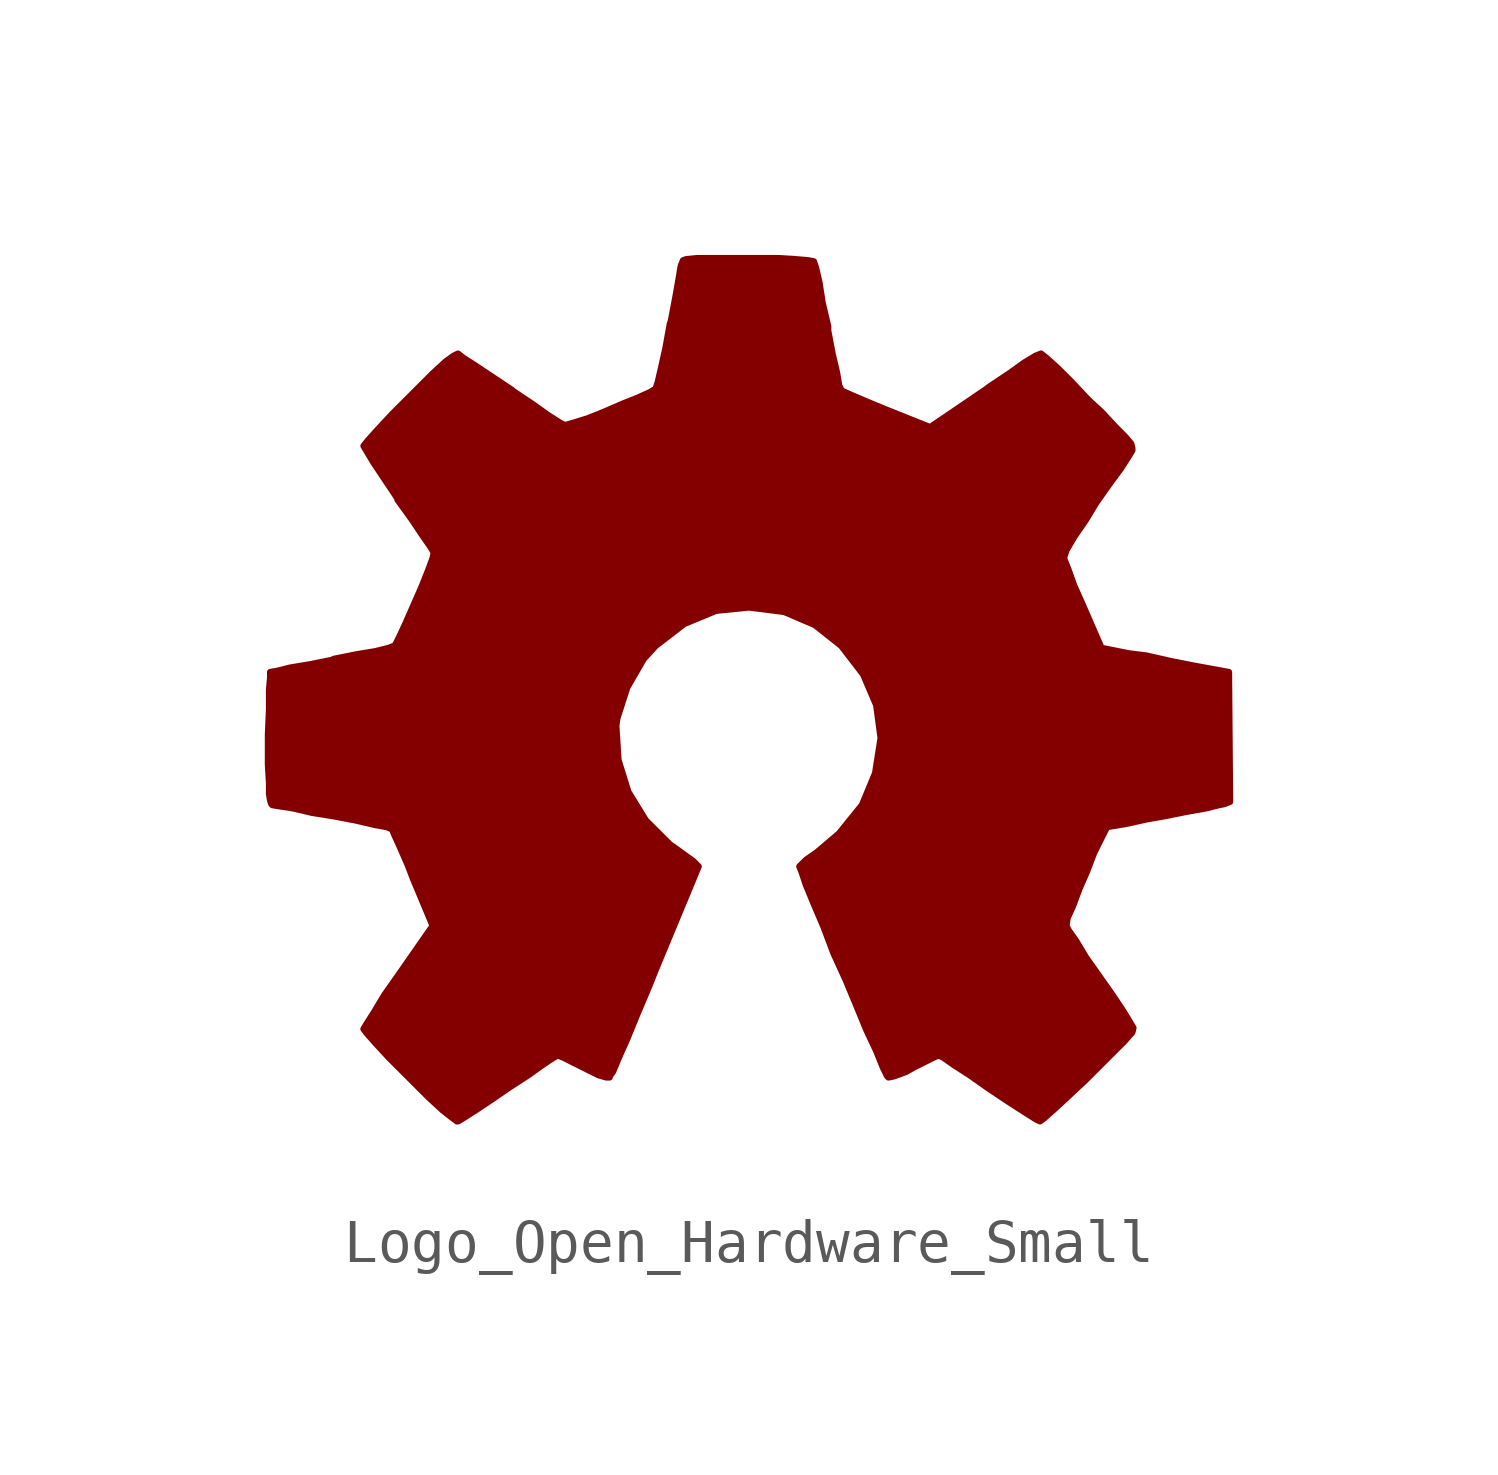
<source format=kicad_sym>
(kicad_symbol_lib
  (version 20201005)
  (generator kicad_symbol_editor)
  (symbol "UH_Graphic:Logo_Open_Hardware_Small"
    (pin_names
      (offset 1.016))
    (property "Reference" "#LOGO"
      (at 0 12.7 0)
      (effects (font (size 1.27 1.27)) hide))
    (symbol "Logo_Open_Hardware_Small_1_1"
      (polyline (pts (xy 6.731 -8.712) (xy 6.629 -8.661) (xy 6.35 -8.484) (xy 5.994 -8.255) (xy 5.537 -7.95) (xy 5.105 -7.645) (xy 4.75 -7.417) (xy 4.496 -7.239) (xy 4.394 -7.188) (xy 4.318 -7.214) (xy 4.115 -7.315) (xy 3.81 -7.468) (xy 3.632 -7.569) (xy 3.353 -7.671) (xy 3.226 -7.696) (xy 3.2 -7.671) (xy 3.099 -7.468) (xy 2.946 -7.087) (xy 2.718 -6.604) (xy 2.489 -6.045) (xy 2.235 -5.436) (xy 1.956 -4.826) (xy 1.727 -4.216) (xy 1.499 -3.683) (xy 1.321 -3.251) (xy 1.219 -2.946) (xy 1.168 -2.819) (xy 1.194 -2.794) (xy 1.321 -2.667) (xy 1.575 -2.489) (xy 2.083 -2.057) (xy 2.616 -1.397) (xy 2.921 -0.66) (xy 3.048 0.152) (xy 2.946 0.914) (xy 2.642 1.626) (xy 2.134 2.286) (xy 1.524 2.769) (xy 0.813 3.073) (xy 0 3.175) (xy -0.762 3.099) (xy -1.499 2.794) (xy -2.159 2.286) (xy -2.438 1.981) (xy -2.819 1.321) (xy -3.048 0.61) (xy -3.073 0.432) (xy -3.023 -0.356) (xy -2.794 -1.092) (xy -2.388 -1.753) (xy -1.829 -2.311) (xy -1.753 -2.362) (xy -1.473 -2.565) (xy -1.295 -2.692) (xy -1.168 -2.819) (xy -2.159 -5.207) (xy -2.311 -5.588) (xy -2.591 -6.248) (xy -2.819 -6.807) (xy -3.023 -7.264) (xy -3.15 -7.569) (xy -3.226 -7.671) (xy -3.226 -7.696) (xy -3.302 -7.696) (xy -3.48 -7.645) (xy -3.835 -7.468) (xy -4.039 -7.366) (xy -4.293 -7.239) (xy -4.42 -7.188) (xy -4.521 -7.239) (xy -4.75 -7.391) (xy -5.105 -7.645) (xy -5.537 -7.925) (xy -5.944 -8.204) (xy -6.325 -8.458) (xy -6.604 -8.636) (xy -6.731 -8.712) (xy -6.756 -8.712) (xy -6.858 -8.636) (xy -7.087 -8.458) (xy -7.417 -8.153) (xy -7.874 -7.696) (xy -7.95 -7.62) (xy -8.331 -7.239) (xy -8.636 -6.909) (xy -8.839 -6.68) (xy -8.915 -6.579) (xy -8.915 -6.579) (xy -8.839 -6.452) (xy -8.661 -6.172) (xy -8.433 -5.791) (xy -8.128 -5.359) (xy -7.315 -4.191) (xy -7.772 -3.099) (xy -7.899 -2.769) (xy -8.077 -2.362) (xy -8.204 -2.083) (xy -8.255 -1.956) (xy -8.382 -1.905) (xy -8.661 -1.854) (xy -9.093 -1.753) (xy -9.627 -1.651) (xy -10.109 -1.575) (xy -10.541 -1.473) (xy -10.871 -1.422) (xy -11.024 -1.397) (xy -11.049 -1.372) (xy -11.074 -1.295) (xy -11.1 -1.143) (xy -11.1 -0.889) (xy -11.125 -0.457) (xy -11.125 0.152) (xy -11.125 0.229) (xy -11.1 0.813) (xy -11.1 1.27) (xy -11.074 1.549) (xy -11.074 1.676) (xy -11.074 1.676) (xy -10.922 1.702) (xy -10.617 1.778) (xy -10.16 1.854) (xy -9.652 1.956) (xy -9.601 1.981) (xy -9.093 2.083) (xy -8.636 2.159) (xy -8.331 2.235) (xy -8.204 2.286) (xy -8.179 2.311) (xy -8.077 2.515) (xy -7.925 2.845) (xy -7.747 3.251) (xy -7.569 3.658) (xy -7.417 4.039) (xy -7.315 4.318) (xy -7.29 4.445) (xy -7.29 4.445) (xy -7.366 4.572) (xy -7.544 4.826) (xy -7.798 5.207) (xy -8.128 5.664) (xy -8.128 5.69) (xy -8.433 6.147) (xy -8.687 6.528) (xy -8.839 6.782) (xy -8.915 6.909) (xy -8.915 6.909) (xy -8.814 7.036) (xy -8.585 7.29) (xy -8.255 7.645) (xy -7.874 8.026) (xy -7.747 8.153) (xy -7.315 8.585) (xy -7.01 8.865) (xy -6.833 8.992) (xy -6.731 9.042) (xy -6.731 9.042) (xy -6.604 8.941) (xy -6.325 8.763) (xy -5.944 8.509) (xy -5.486 8.204) (xy -5.461 8.179) (xy -5.004 7.874) (xy -4.648 7.62) (xy -4.369 7.442) (xy -4.267 7.391) (xy -4.242 7.391) (xy -4.064 7.442) (xy -3.734 7.544) (xy -3.353 7.696) (xy -2.946 7.874) (xy -2.565 8.026) (xy -2.286 8.153) (xy -2.159 8.23) (xy -2.159 8.23) (xy -2.108 8.382) (xy -2.032 8.712) (xy -1.93 9.169) (xy -1.829 9.728) (xy -1.803 9.804) (xy -1.702 10.338) (xy -1.626 10.77) (xy -1.575 11.074) (xy -1.524 11.201) (xy -1.448 11.227) (xy -1.194 11.252) (xy -0.813 11.252) (xy -0.33 11.252) (xy 0.152 11.252) (xy 0.66 11.252) (xy 1.067 11.227) (xy 1.372 11.201) (xy 1.499 11.176) (xy 1.499 11.176) (xy 1.549 11.024) (xy 1.626 10.693) (xy 1.702 10.211) (xy 1.829 9.677) (xy 1.829 9.576) (xy 1.93 9.042) (xy 2.032 8.611) (xy 2.083 8.306) (xy 2.134 8.204) (xy 2.159 8.179) (xy 2.388 8.077) (xy 2.743 7.925) (xy 3.175 7.747) (xy 4.191 7.341) (xy 5.461 8.204) (xy 5.563 8.28) (xy 6.02 8.585) (xy 6.375 8.839) (xy 6.629 8.992) (xy 6.756 9.042) (xy 6.756 9.042) (xy 6.883 8.941) (xy 7.137 8.712) (xy 7.468 8.382) (xy 7.849 7.976) (xy 8.153 7.696) (xy 8.484 7.341) (xy 8.712 7.112) (xy 8.839 6.96) (xy 8.865 6.858) (xy 8.865 6.807) (xy 8.788 6.68) (xy 8.611 6.401) (xy 8.331 6.02) (xy 8.026 5.588) (xy 7.798 5.207) (xy 7.518 4.801) (xy 7.341 4.496) (xy 7.29 4.343) (xy 7.29 4.293) (xy 7.391 4.039) (xy 7.518 3.683) (xy 7.722 3.226) (xy 8.153 2.235) (xy 8.788 2.108) (xy 9.195 2.057) (xy 9.754 1.93) (xy 10.262 1.829) (xy 11.1 1.676) (xy 11.125 -1.321) (xy 10.998 -1.372) (xy 10.871 -1.397) (xy 10.566 -1.473) (xy 10.135 -1.549) (xy 9.627 -1.651) (xy 9.195 -1.727) (xy 8.738 -1.829) (xy 8.433 -1.88) (xy 8.28 -1.905) (xy 8.255 -1.956) (xy 8.153 -2.159) (xy 7.976 -2.515) (xy 7.823 -2.921) (xy 7.645 -3.327) (xy 7.493 -3.734) (xy 7.366 -4.013) (xy 7.341 -4.191) (xy 7.391 -4.293) (xy 7.569 -4.547) (xy 7.798 -4.928) (xy 8.103 -5.359) (xy 8.407 -5.791) (xy 8.661 -6.172) (xy 8.814 -6.426) (xy 8.89 -6.553) (xy 8.865 -6.655) (xy 8.687 -6.858) (xy 8.357 -7.188) (xy 7.874 -7.671) (xy 7.798 -7.747) (xy 7.391 -8.128) (xy 7.061 -8.433) (xy 6.833 -8.636) (xy 6.731 -8.712)) (stroke (width 0)) (fill (type outline))))))
</source>
